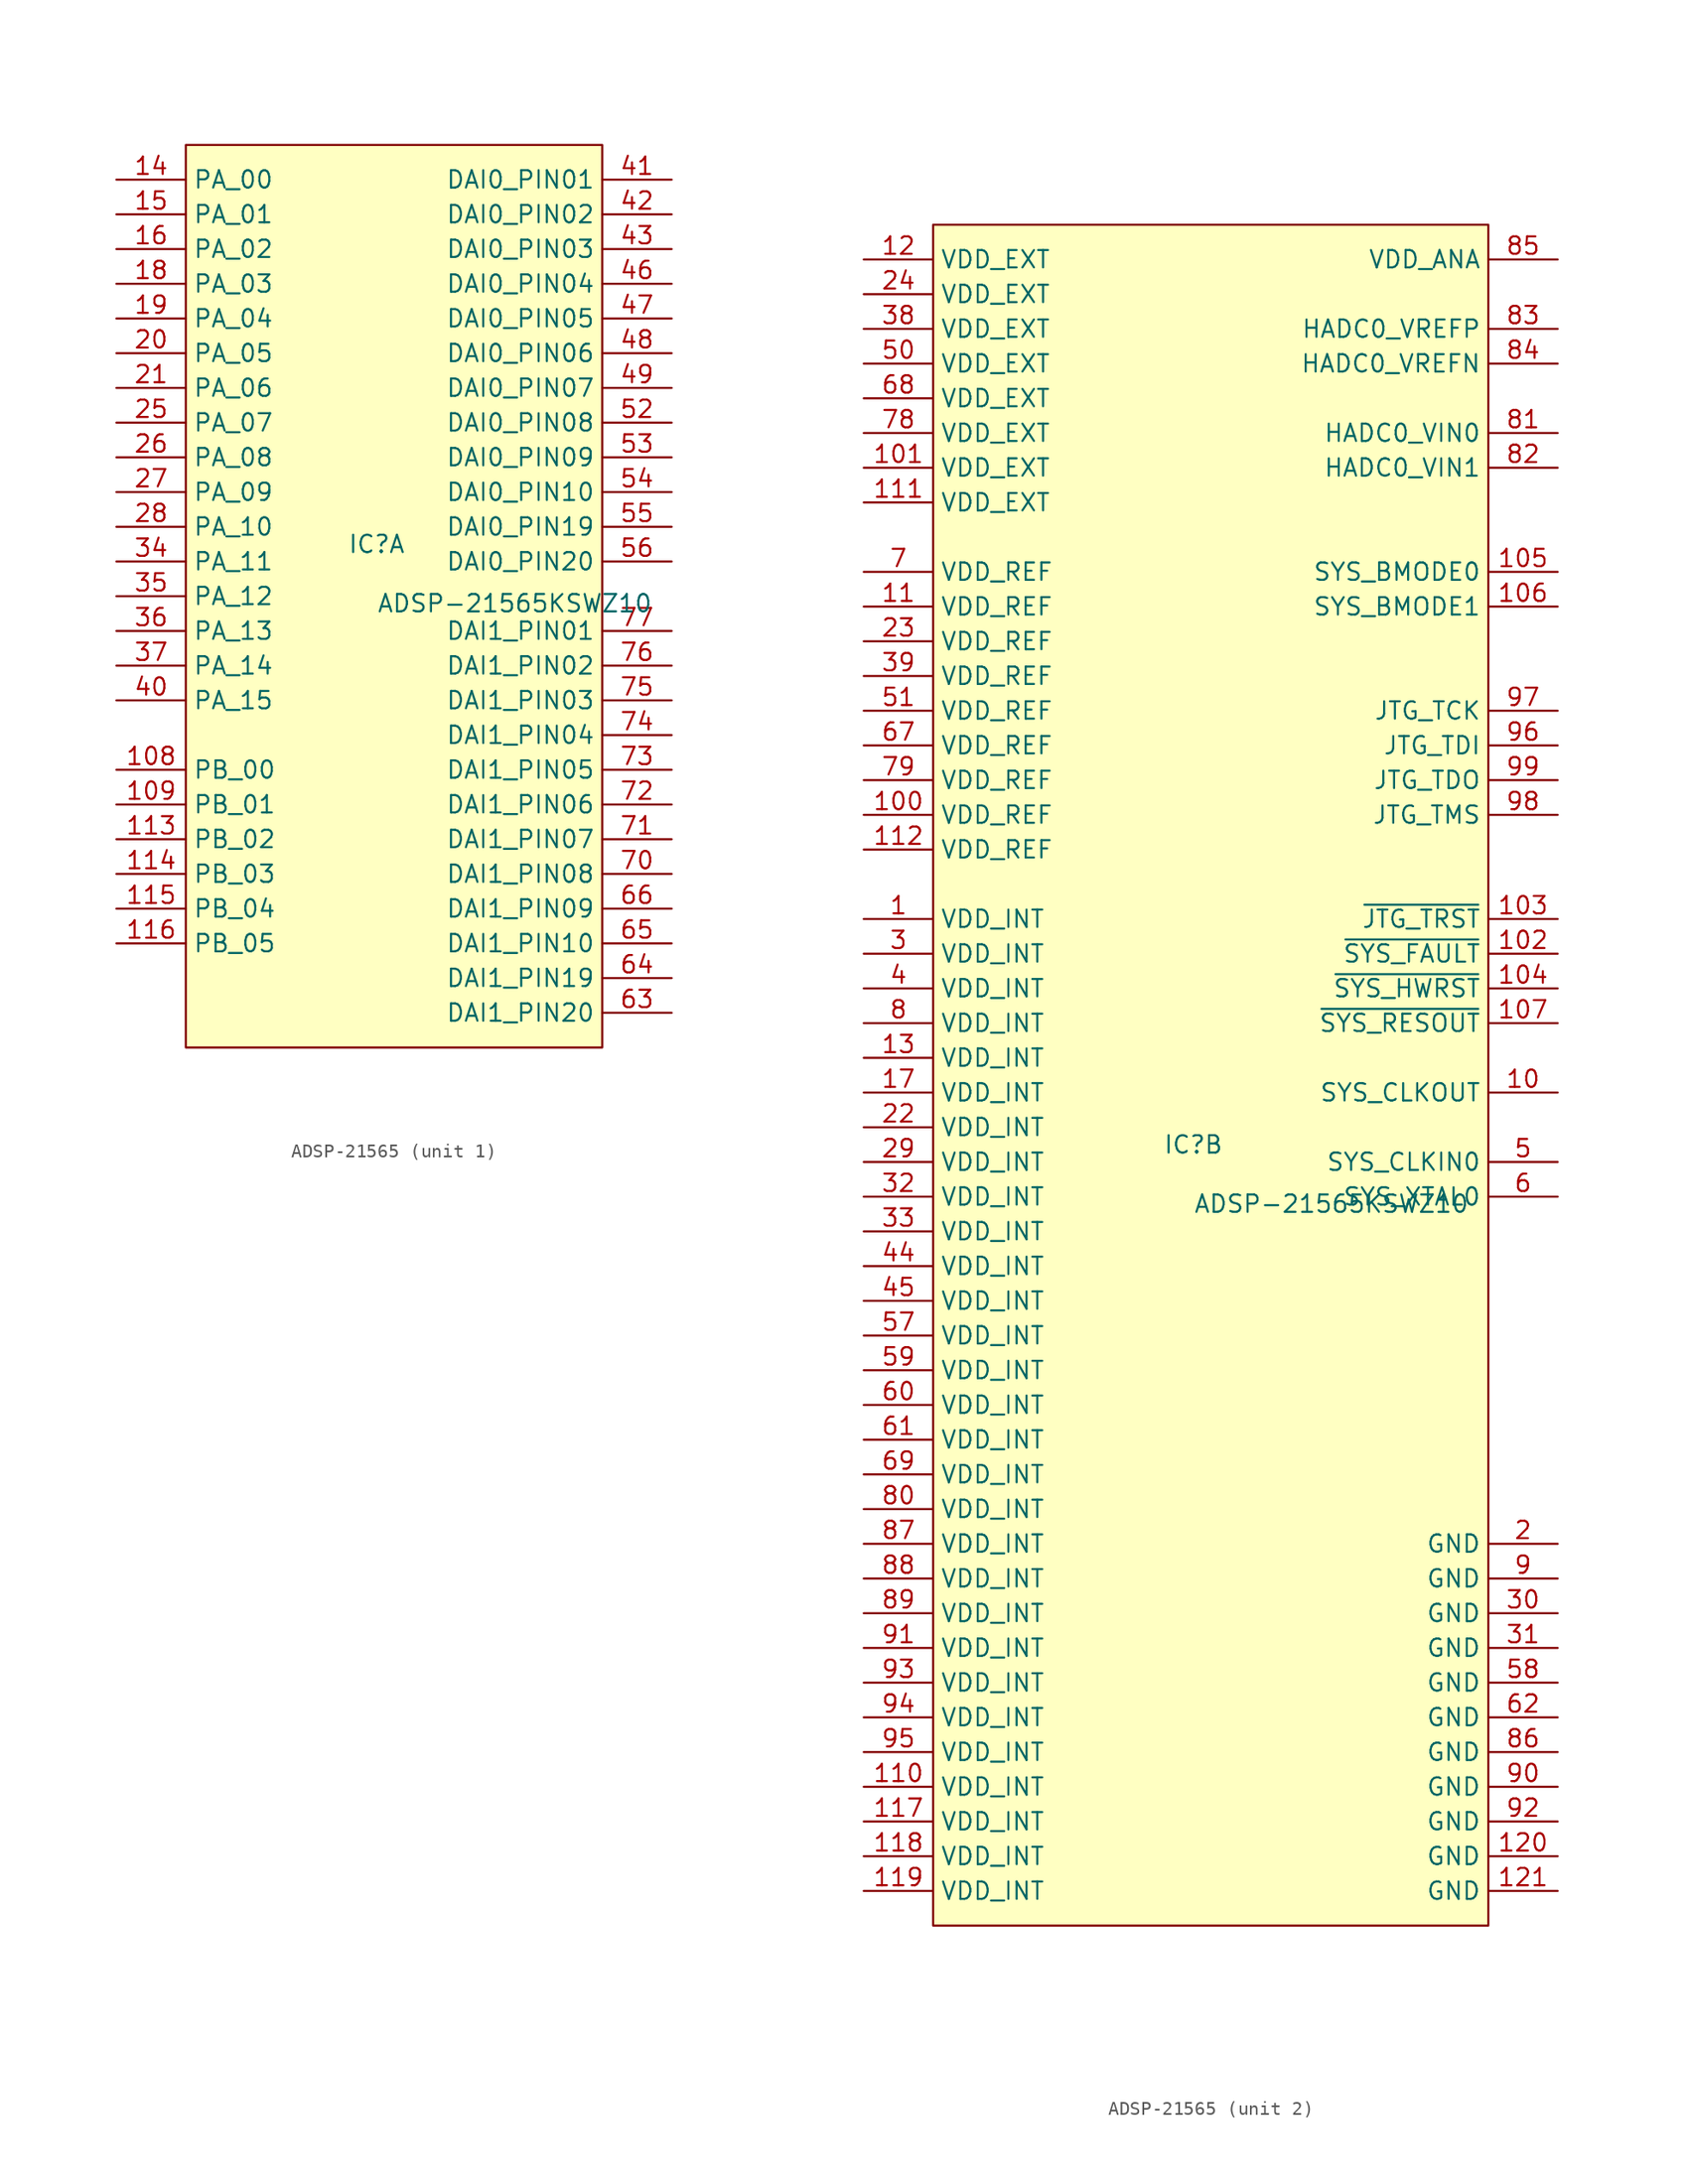
<source format=kicad_sym>
(kicad_symbol_lib
  (version 20231120)
  (generator "kicad_symbol_editor")
  (generator_version "8.0")
  (symbol "ADSP-21565"
    (property "Reference" "IC"
      (at -1.27 1.27 0)
      (effects (font (size 1.27 1.27))))
    (property "Value" "ADSP-21565KSWZ10"
      (at -1.27 -3.81 0)
      (effects (font (size 1.27 1.27)) (justify left bottom)))
    (symbol "ADSP-21565_1_0"
      (rectangle (start -15.24 30.48) (end 15.24 -35.56) (stroke (width 0) (type solid) (color 128 0 0 1)) (fill (type background)))
      (pin bidirectional line (at -20.32 -15.24 0) (length 5.08) (name "PB_00" (effects (font (size 1.27 1.27)))) (number "108" (effects (font (size 1.27 1.27)))))
      (pin bidirectional line (at -20.32 -17.78 0) (length 5.08) (name "PB_01" (effects (font (size 1.27 1.27)))) (number "109" (effects (font (size 1.27 1.27)))))
      (pin bidirectional line (at -20.32 -20.32 0) (length 5.08) (name "PB_02" (effects (font (size 1.27 1.27)))) (number "113" (effects (font (size 1.27 1.27)))))
      (pin bidirectional line (at -20.32 -22.86 0) (length 5.08) (name "PB_03" (effects (font (size 1.27 1.27)))) (number "114" (effects (font (size 1.27 1.27)))))
      (pin bidirectional line (at -20.32 -25.4 0) (length 5.08) (name "PB_04" (effects (font (size 1.27 1.27)))) (number "115" (effects (font (size 1.27 1.27)))))
      (pin bidirectional line (at -20.32 -27.94 0) (length 5.08) (name "PB_05" (effects (font (size 1.27 1.27)))) (number "116" (effects (font (size 1.27 1.27)))))
      (pin bidirectional line (at -20.32 27.94 0) (length 5.08) (name "PA_00" (effects (font (size 1.27 1.27)))) (number "14" (effects (font (size 1.27 1.27)))))
      (pin bidirectional line (at -20.32 25.4 0) (length 5.08) (name "PA_01" (effects (font (size 1.27 1.27)))) (number "15" (effects (font (size 1.27 1.27)))))
      (pin bidirectional line (at -20.32 22.86 0) (length 5.08) (name "PA_02" (effects (font (size 1.27 1.27)))) (number "16" (effects (font (size 1.27 1.27)))))
      (pin bidirectional line (at -20.32 20.32 0) (length 5.08) (name "PA_03" (effects (font (size 1.27 1.27)))) (number "18" (effects (font (size 1.27 1.27)))))
      (pin bidirectional line (at -20.32 17.78 0) (length 5.08) (name "PA_04" (effects (font (size 1.27 1.27)))) (number "19" (effects (font (size 1.27 1.27)))))
      (pin bidirectional line (at -20.32 15.24 0) (length 5.08) (name "PA_05" (effects (font (size 1.27 1.27)))) (number "20" (effects (font (size 1.27 1.27)))))
      (pin bidirectional line (at -20.32 12.7 0) (length 5.08) (name "PA_06" (effects (font (size 1.27 1.27)))) (number "21" (effects (font (size 1.27 1.27)))))
      (pin bidirectional line (at -20.32 10.16 0) (length 5.08) (name "PA_07" (effects (font (size 1.27 1.27)))) (number "25" (effects (font (size 1.27 1.27)))))
      (pin bidirectional line (at -20.32 7.62 0) (length 5.08) (name "PA_08" (effects (font (size 1.27 1.27)))) (number "26" (effects (font (size 1.27 1.27)))))
      (pin bidirectional line (at -20.32 5.08 0) (length 5.08) (name "PA_09" (effects (font (size 1.27 1.27)))) (number "27" (effects (font (size 1.27 1.27)))))
      (pin bidirectional line (at -20.32 2.54 0) (length 5.08) (name "PA_10" (effects (font (size 1.27 1.27)))) (number "28" (effects (font (size 1.27 1.27)))))
      (pin bidirectional line (at -20.32 0 0) (length 5.08) (name "PA_11" (effects (font (size 1.27 1.27)))) (number "34" (effects (font (size 1.27 1.27)))))
      (pin bidirectional line (at -20.32 -2.54 0) (length 5.08) (name "PA_12" (effects (font (size 1.27 1.27)))) (number "35" (effects (font (size 1.27 1.27)))))
      (pin bidirectional line (at -20.32 -5.08 0) (length 5.08) (name "PA_13" (effects (font (size 1.27 1.27)))) (number "36" (effects (font (size 1.27 1.27)))))
      (pin bidirectional line (at -20.32 -7.62 0) (length 5.08) (name "PA_14" (effects (font (size 1.27 1.27)))) (number "37" (effects (font (size 1.27 1.27)))))
      (pin bidirectional line (at -20.32 -10.16 0) (length 5.08) (name "PA_15" (effects (font (size 1.27 1.27)))) (number "40" (effects (font (size 1.27 1.27)))))
      (pin bidirectional line (at 20.32 27.94 180) (length 5.08) (name "DAI0_PIN01" (effects (font (size 1.27 1.27)))) (number "41" (effects (font (size 1.27 1.27)))))
      (pin bidirectional line (at 20.32 25.4 180) (length 5.08) (name "DAI0_PIN02" (effects (font (size 1.27 1.27)))) (number "42" (effects (font (size 1.27 1.27)))))
      (pin bidirectional line (at 20.32 22.86 180) (length 5.08) (name "DAI0_PIN03" (effects (font (size 1.27 1.27)))) (number "43" (effects (font (size 1.27 1.27)))))
      (pin bidirectional line (at 20.32 20.32 180) (length 5.08) (name "DAI0_PIN04" (effects (font (size 1.27 1.27)))) (number "46" (effects (font (size 1.27 1.27)))))
      (pin bidirectional line (at 20.32 17.78 180) (length 5.08) (name "DAI0_PIN05" (effects (font (size 1.27 1.27)))) (number "47" (effects (font (size 1.27 1.27)))))
      (pin bidirectional line (at 20.32 15.24 180) (length 5.08) (name "DAI0_PIN06" (effects (font (size 1.27 1.27)))) (number "48" (effects (font (size 1.27 1.27)))))
      (pin bidirectional line (at 20.32 12.7 180) (length 5.08) (name "DAI0_PIN07" (effects (font (size 1.27 1.27)))) (number "49" (effects (font (size 1.27 1.27)))))
      (pin bidirectional line (at 20.32 10.16 180) (length 5.08) (name "DAI0_PIN08" (effects (font (size 1.27 1.27)))) (number "52" (effects (font (size 1.27 1.27)))))
      (pin bidirectional line (at 20.32 7.62 180) (length 5.08) (name "DAI0_PIN09" (effects (font (size 1.27 1.27)))) (number "53" (effects (font (size 1.27 1.27)))))
      (pin bidirectional line (at 20.32 5.08 180) (length 5.08) (name "DAI0_PIN10" (effects (font (size 1.27 1.27)))) (number "54" (effects (font (size 1.27 1.27)))))
      (pin bidirectional line (at 20.32 2.54 180) (length 5.08) (name "DAI0_PIN19" (effects (font (size 1.27 1.27)))) (number "55" (effects (font (size 1.27 1.27)))))
      (pin bidirectional line (at 20.32 0 180) (length 5.08) (name "DAI0_PIN20" (effects (font (size 1.27 1.27)))) (number "56" (effects (font (size 1.27 1.27)))))
      (pin bidirectional line (at 20.32 -33.02 180) (length 5.08) (name "DAI1_PIN20" (effects (font (size 1.27 1.27)))) (number "63" (effects (font (size 1.27 1.27)))))
      (pin bidirectional line (at 20.32 -30.48 180) (length 5.08) (name "DAI1_PIN19" (effects (font (size 1.27 1.27)))) (number "64" (effects (font (size 1.27 1.27)))))
      (pin bidirectional line (at 20.32 -27.94 180) (length 5.08) (name "DAI1_PIN10" (effects (font (size 1.27 1.27)))) (number "65" (effects (font (size 1.27 1.27)))))
      (pin bidirectional line (at 20.32 -25.4 180) (length 5.08) (name "DAI1_PIN09" (effects (font (size 1.27 1.27)))) (number "66" (effects (font (size 1.27 1.27)))))
      (pin bidirectional line (at 20.32 -22.86 180) (length 5.08) (name "DAI1_PIN08" (effects (font (size 1.27 1.27)))) (number "70" (effects (font (size 1.27 1.27)))))
      (pin bidirectional line (at 20.32 -20.32 180) (length 5.08) (name "DAI1_PIN07" (effects (font (size 1.27 1.27)))) (number "71" (effects (font (size 1.27 1.27)))))
      (pin bidirectional line (at 20.32 -17.78 180) (length 5.08) (name "DAI1_PIN06" (effects (font (size 1.27 1.27)))) (number "72" (effects (font (size 1.27 1.27)))))
      (pin bidirectional line (at 20.32 -15.24 180) (length 5.08) (name "DAI1_PIN05" (effects (font (size 1.27 1.27)))) (number "73" (effects (font (size 1.27 1.27)))))
      (pin bidirectional line (at 20.32 -12.7 180) (length 5.08) (name "DAI1_PIN04" (effects (font (size 1.27 1.27)))) (number "74" (effects (font (size 1.27 1.27)))))
      (pin bidirectional line (at 20.32 -10.16 180) (length 5.08) (name "DAI1_PIN03" (effects (font (size 1.27 1.27)))) (number "75" (effects (font (size 1.27 1.27)))))
      (pin bidirectional line (at 20.32 -7.62 180) (length 5.08) (name "DAI1_PIN02" (effects (font (size 1.27 1.27)))) (number "76" (effects (font (size 1.27 1.27)))))
      (pin bidirectional line (at 20.32 -5.08 180) (length 5.08) (name "DAI1_PIN01" (effects (font (size 1.27 1.27)))) (number "77" (effects (font (size 1.27 1.27))))))
    (symbol "ADSP-21565_2_0"
      (rectangle (start -20.32 68.58) (end 20.32 -55.88) (stroke (width 0) (type solid) (color 128 0 0 1)) (fill (type background)))
      (pin power_in line (at -25.4 17.78 0) (length 5.08) (name "VDD_INT" (effects (font (size 1.27 1.27)))) (number "1" (effects (font (size 1.27 1.27)))))
      (pin passive line (at 25.4 5.08 180) (length 5.08) (name "SYS_CLKOUT" (effects (font (size 1.27 1.27)))) (number "10" (effects (font (size 1.27 1.27)))))
      (pin power_in line (at -25.4 25.4 0) (length 5.08) (name "VDD_REF" (effects (font (size 1.27 1.27)))) (number "100" (effects (font (size 1.27 1.27)))))
      (pin power_in line (at -25.4 50.8 0) (length 5.08) (name "VDD_EXT" (effects (font (size 1.27 1.27)))) (number "101" (effects (font (size 1.27 1.27)))))
      (pin passive line (at 25.4 15.24 180) (length 5.08) (name "~{SYS_FAULT}" (effects (font (size 1.27 1.27)))) (number "102" (effects (font (size 1.27 1.27)))))
      (pin passive line (at 25.4 17.78 180) (length 5.08) (name "~{JTG_TRST}" (effects (font (size 1.27 1.27)))) (number "103" (effects (font (size 1.27 1.27)))))
      (pin passive line (at 25.4 12.7 180) (length 5.08) (name "~{SYS_HWRST}" (effects (font (size 1.27 1.27)))) (number "104" (effects (font (size 1.27 1.27)))))
      (pin passive line (at 25.4 43.18 180) (length 5.08) (name "SYS_BMODE0" (effects (font (size 1.27 1.27)))) (number "105" (effects (font (size 1.27 1.27)))))
      (pin passive line (at 25.4 40.64 180) (length 5.08) (name "SYS_BMODE1" (effects (font (size 1.27 1.27)))) (number "106" (effects (font (size 1.27 1.27)))))
      (pin passive line (at 25.4 10.16 180) (length 5.08) (name "~{SYS_RESOUT}" (effects (font (size 1.27 1.27)))) (number "107" (effects (font (size 1.27 1.27)))))
      (pin power_in line (at -25.4 40.64 0) (length 5.08) (name "VDD_REF" (effects (font (size 1.27 1.27)))) (number "11" (effects (font (size 1.27 1.27)))))
      (pin power_in line (at -25.4 -45.72 0) (length 5.08) (name "VDD_INT" (effects (font (size 1.27 1.27)))) (number "110" (effects (font (size 1.27 1.27)))))
      (pin power_in line (at -25.4 48.26 0) (length 5.08) (name "VDD_EXT" (effects (font (size 1.27 1.27)))) (number "111" (effects (font (size 1.27 1.27)))))
      (pin power_in line (at -25.4 22.86 0) (length 5.08) (name "VDD_REF" (effects (font (size 1.27 1.27)))) (number "112" (effects (font (size 1.27 1.27)))))
      (pin power_in line (at -25.4 -48.26 0) (length 5.08) (name "VDD_INT" (effects (font (size 1.27 1.27)))) (number "117" (effects (font (size 1.27 1.27)))))
      (pin power_in line (at -25.4 -50.8 0) (length 5.08) (name "VDD_INT" (effects (font (size 1.27 1.27)))) (number "118" (effects (font (size 1.27 1.27)))))
      (pin power_in line (at -25.4 -53.34 0) (length 5.08) (name "VDD_INT" (effects (font (size 1.27 1.27)))) (number "119" (effects (font (size 1.27 1.27)))))
      (pin power_in line (at -25.4 66.04 0) (length 5.08) (name "VDD_EXT" (effects (font (size 1.27 1.27)))) (number "12" (effects (font (size 1.27 1.27)))))
      (pin power_in line (at 25.4 -50.8 180) (length 5.08) (name "GND" (effects (font (size 1.27 1.27)))) (number "120" (effects (font (size 1.27 1.27)))))
      (pin power_in line (at 25.4 -53.34 180) (length 5.08) (name "GND" (effects (font (size 1.27 1.27)))) (number "121" (effects (font (size 1.27 1.27)))))
      (pin power_in line (at -25.4 7.62 0) (length 5.08) (name "VDD_INT" (effects (font (size 1.27 1.27)))) (number "13" (effects (font (size 1.27 1.27)))))
      (pin power_in line (at -25.4 5.08 0) (length 5.08) (name "VDD_INT" (effects (font (size 1.27 1.27)))) (number "17" (effects (font (size 1.27 1.27)))))
      (pin power_in line (at 25.4 -27.94 180) (length 5.08) (name "GND" (effects (font (size 1.27 1.27)))) (number "2" (effects (font (size 1.27 1.27)))))
      (pin power_in line (at -25.4 2.54 0) (length 5.08) (name "VDD_INT" (effects (font (size 1.27 1.27)))) (number "22" (effects (font (size 1.27 1.27)))))
      (pin power_in line (at -25.4 38.1 0) (length 5.08) (name "VDD_REF" (effects (font (size 1.27 1.27)))) (number "23" (effects (font (size 1.27 1.27)))))
      (pin power_in line (at -25.4 63.5 0) (length 5.08) (name "VDD_EXT" (effects (font (size 1.27 1.27)))) (number "24" (effects (font (size 1.27 1.27)))))
      (pin power_in line (at -25.4 0 0) (length 5.08) (name "VDD_INT" (effects (font (size 1.27 1.27)))) (number "29" (effects (font (size 1.27 1.27)))))
      (pin power_in line (at -25.4 15.24 0) (length 5.08) (name "VDD_INT" (effects (font (size 1.27 1.27)))) (number "3" (effects (font (size 1.27 1.27)))))
      (pin power_in line (at 25.4 -33.02 180) (length 5.08) (name "GND" (effects (font (size 1.27 1.27)))) (number "30" (effects (font (size 1.27 1.27)))))
      (pin power_in line (at 25.4 -35.56 180) (length 5.08) (name "GND" (effects (font (size 1.27 1.27)))) (number "31" (effects (font (size 1.27 1.27)))))
      (pin power_in line (at -25.4 -2.54 0) (length 5.08) (name "VDD_INT" (effects (font (size 1.27 1.27)))) (number "32" (effects (font (size 1.27 1.27)))))
      (pin power_in line (at -25.4 -5.08 0) (length 5.08) (name "VDD_INT" (effects (font (size 1.27 1.27)))) (number "33" (effects (font (size 1.27 1.27)))))
      (pin power_in line (at -25.4 60.96 0) (length 5.08) (name "VDD_EXT" (effects (font (size 1.27 1.27)))) (number "38" (effects (font (size 1.27 1.27)))))
      (pin power_in line (at -25.4 35.56 0) (length 5.08) (name "VDD_REF" (effects (font (size 1.27 1.27)))) (number "39" (effects (font (size 1.27 1.27)))))
      (pin power_in line (at -25.4 12.7 0) (length 5.08) (name "VDD_INT" (effects (font (size 1.27 1.27)))) (number "4" (effects (font (size 1.27 1.27)))))
      (pin power_in line (at -25.4 -7.62 0) (length 5.08) (name "VDD_INT" (effects (font (size 1.27 1.27)))) (number "44" (effects (font (size 1.27 1.27)))))
      (pin power_in line (at -25.4 -10.16 0) (length 5.08) (name "VDD_INT" (effects (font (size 1.27 1.27)))) (number "45" (effects (font (size 1.27 1.27)))))
      (pin passive line (at 25.4 0 180) (length 5.08) (name "SYS_CLKIN0" (effects (font (size 1.27 1.27)))) (number "5" (effects (font (size 1.27 1.27)))))
      (pin power_in line (at -25.4 58.42 0) (length 5.08) (name "VDD_EXT" (effects (font (size 1.27 1.27)))) (number "50" (effects (font (size 1.27 1.27)))))
      (pin power_in line (at -25.4 33.02 0) (length 5.08) (name "VDD_REF" (effects (font (size 1.27 1.27)))) (number "51" (effects (font (size 1.27 1.27)))))
      (pin power_in line (at -25.4 -12.7 0) (length 5.08) (name "VDD_INT" (effects (font (size 1.27 1.27)))) (number "57" (effects (font (size 1.27 1.27)))))
      (pin power_in line (at 25.4 -38.1 180) (length 5.08) (name "GND" (effects (font (size 1.27 1.27)))) (number "58" (effects (font (size 1.27 1.27)))))
      (pin power_in line (at -25.4 -15.24 0) (length 5.08) (name "VDD_INT" (effects (font (size 1.27 1.27)))) (number "59" (effects (font (size 1.27 1.27)))))
      (pin passive line (at 25.4 -2.54 180) (length 5.08) (name "SYS_XTAL0" (effects (font (size 1.27 1.27)))) (number "6" (effects (font (size 1.27 1.27)))))
      (pin power_in line (at -25.4 -17.78 0) (length 5.08) (name "VDD_INT" (effects (font (size 1.27 1.27)))) (number "60" (effects (font (size 1.27 1.27)))))
      (pin power_in line (at -25.4 -20.32 0) (length 5.08) (name "VDD_INT" (effects (font (size 1.27 1.27)))) (number "61" (effects (font (size 1.27 1.27)))))
      (pin power_in line (at 25.4 -40.64 180) (length 5.08) (name "GND" (effects (font (size 1.27 1.27)))) (number "62" (effects (font (size 1.27 1.27)))))
      (pin power_in line (at -25.4 30.48 0) (length 5.08) (name "VDD_REF" (effects (font (size 1.27 1.27)))) (number "67" (effects (font (size 1.27 1.27)))))
      (pin power_in line (at -25.4 55.88 0) (length 5.08) (name "VDD_EXT" (effects (font (size 1.27 1.27)))) (number "68" (effects (font (size 1.27 1.27)))))
      (pin power_in line (at -25.4 -22.86 0) (length 5.08) (name "VDD_INT" (effects (font (size 1.27 1.27)))) (number "69" (effects (font (size 1.27 1.27)))))
      (pin power_in line (at -25.4 43.18 0) (length 5.08) (name "VDD_REF" (effects (font (size 1.27 1.27)))) (number "7" (effects (font (size 1.27 1.27)))))
      (pin power_in line (at -25.4 53.34 0) (length 5.08) (name "VDD_EXT" (effects (font (size 1.27 1.27)))) (number "78" (effects (font (size 1.27 1.27)))))
      (pin power_in line (at -25.4 27.94 0) (length 5.08) (name "VDD_REF" (effects (font (size 1.27 1.27)))) (number "79" (effects (font (size 1.27 1.27)))))
      (pin power_in line (at -25.4 10.16 0) (length 5.08) (name "VDD_INT" (effects (font (size 1.27 1.27)))) (number "8" (effects (font (size 1.27 1.27)))))
      (pin power_in line (at -25.4 -25.4 0) (length 5.08) (name "VDD_INT" (effects (font (size 1.27 1.27)))) (number "80" (effects (font (size 1.27 1.27)))))
      (pin passive line (at 25.4 53.34 180) (length 5.08) (name "HADC0_VIN0" (effects (font (size 1.27 1.27)))) (number "81" (effects (font (size 1.27 1.27)))))
      (pin passive line (at 25.4 50.8 180) (length 5.08) (name "HADC0_VIN1" (effects (font (size 1.27 1.27)))) (number "82" (effects (font (size 1.27 1.27)))))
      (pin passive line (at 25.4 60.96 180) (length 5.08) (name "HADC0_VREFP" (effects (font (size 1.27 1.27)))) (number "83" (effects (font (size 1.27 1.27)))))
      (pin passive line (at 25.4 58.42 180) (length 5.08) (name "HADC0_VREFN" (effects (font (size 1.27 1.27)))) (number "84" (effects (font (size 1.27 1.27)))))
      (pin power_in line (at 25.4 66.04 180) (length 5.08) (name "VDD_ANA" (effects (font (size 1.27 1.27)))) (number "85" (effects (font (size 1.27 1.27)))))
      (pin power_in line (at 25.4 -43.18 180) (length 5.08) (name "GND" (effects (font (size 1.27 1.27)))) (number "86" (effects (font (size 1.27 1.27)))))
      (pin power_in line (at -25.4 -27.94 0) (length 5.08) (name "VDD_INT" (effects (font (size 1.27 1.27)))) (number "87" (effects (font (size 1.27 1.27)))))
      (pin power_in line (at -25.4 -30.48 0) (length 5.08) (name "VDD_INT" (effects (font (size 1.27 1.27)))) (number "88" (effects (font (size 1.27 1.27)))))
      (pin power_in line (at -25.4 -33.02 0) (length 5.08) (name "VDD_INT" (effects (font (size 1.27 1.27)))) (number "89" (effects (font (size 1.27 1.27)))))
      (pin power_in line (at 25.4 -30.48 180) (length 5.08) (name "GND" (effects (font (size 1.27 1.27)))) (number "9" (effects (font (size 1.27 1.27)))))
      (pin power_in line (at 25.4 -45.72 180) (length 5.08) (name "GND" (effects (font (size 1.27 1.27)))) (number "90" (effects (font (size 1.27 1.27)))))
      (pin power_in line (at -25.4 -35.56 0) (length 5.08) (name "VDD_INT" (effects (font (size 1.27 1.27)))) (number "91" (effects (font (size 1.27 1.27)))))
      (pin power_in line (at 25.4 -48.26 180) (length 5.08) (name "GND" (effects (font (size 1.27 1.27)))) (number "92" (effects (font (size 1.27 1.27)))))
      (pin power_in line (at -25.4 -38.1 0) (length 5.08) (name "VDD_INT" (effects (font (size 1.27 1.27)))) (number "93" (effects (font (size 1.27 1.27)))))
      (pin power_in line (at -25.4 -40.64 0) (length 5.08) (name "VDD_INT" (effects (font (size 1.27 1.27)))) (number "94" (effects (font (size 1.27 1.27)))))
      (pin power_in line (at -25.4 -43.18 0) (length 5.08) (name "VDD_INT" (effects (font (size 1.27 1.27)))) (number "95" (effects (font (size 1.27 1.27)))))
      (pin passive line (at 25.4 30.48 180) (length 5.08) (name "JTG_TDI" (effects (font (size 1.27 1.27)))) (number "96" (effects (font (size 1.27 1.27)))))
      (pin passive line (at 25.4 33.02 180) (length 5.08) (name "JTG_TCK" (effects (font (size 1.27 1.27)))) (number "97" (effects (font (size 1.27 1.27)))))
      (pin passive line (at 25.4 25.4 180) (length 5.08) (name "JTG_TMS" (effects (font (size 1.27 1.27)))) (number "98" (effects (font (size 1.27 1.27)))))
      (pin passive line (at 25.4 27.94 180) (length 5.08) (name "JTG_TDO" (effects (font (size 1.27 1.27)))) (number "99" (effects (font (size 1.27 1.27))))))))
</source>
